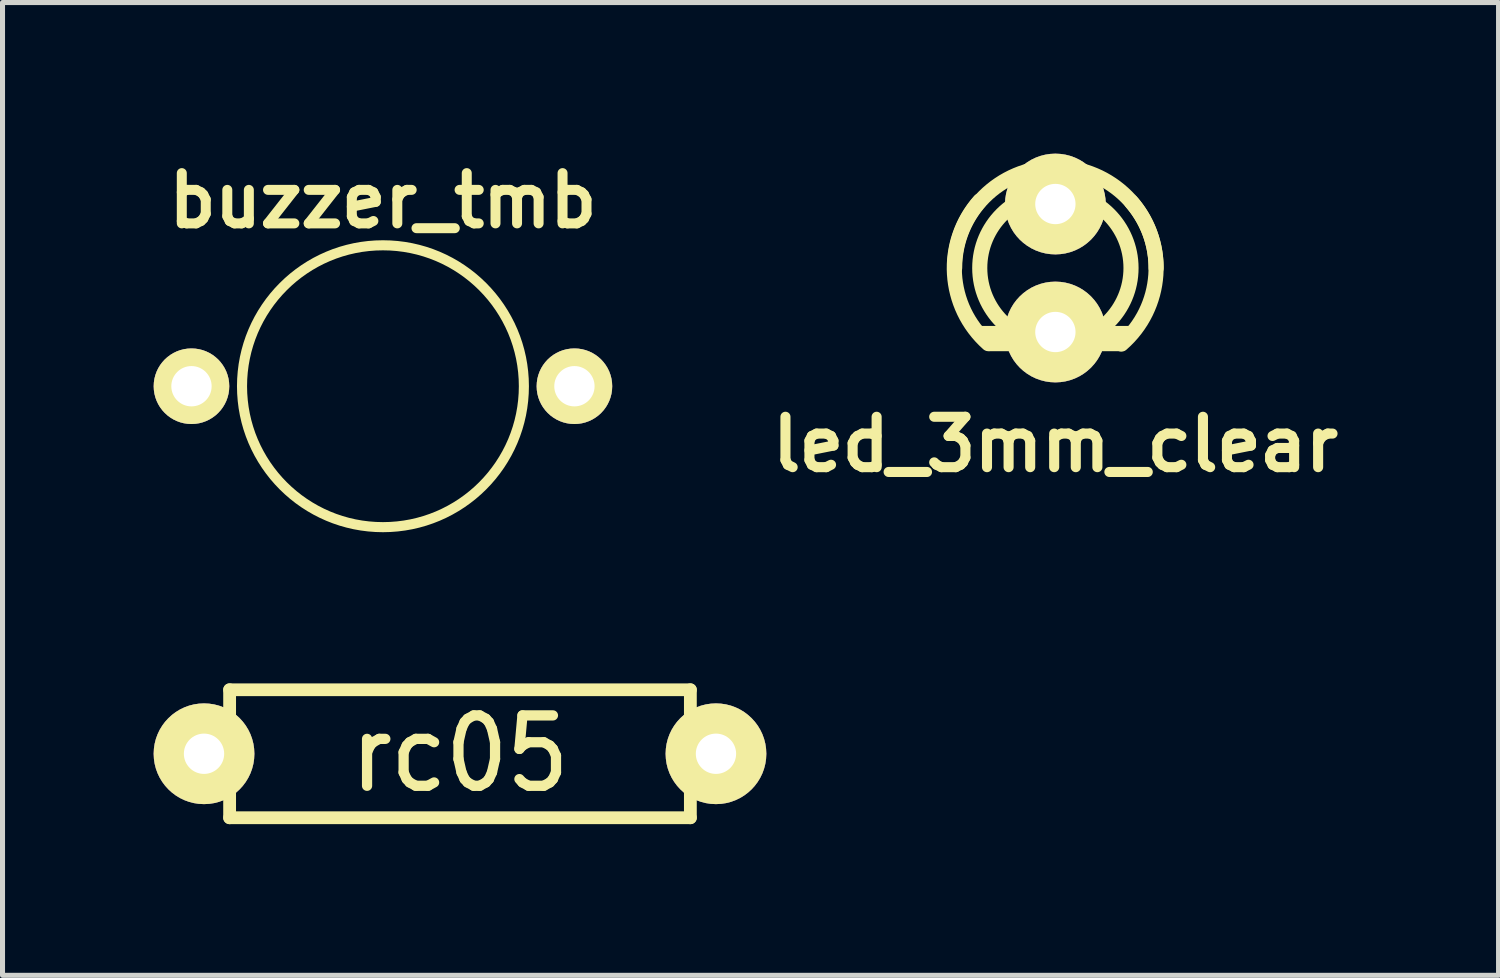
<source format=kicad_pcb>
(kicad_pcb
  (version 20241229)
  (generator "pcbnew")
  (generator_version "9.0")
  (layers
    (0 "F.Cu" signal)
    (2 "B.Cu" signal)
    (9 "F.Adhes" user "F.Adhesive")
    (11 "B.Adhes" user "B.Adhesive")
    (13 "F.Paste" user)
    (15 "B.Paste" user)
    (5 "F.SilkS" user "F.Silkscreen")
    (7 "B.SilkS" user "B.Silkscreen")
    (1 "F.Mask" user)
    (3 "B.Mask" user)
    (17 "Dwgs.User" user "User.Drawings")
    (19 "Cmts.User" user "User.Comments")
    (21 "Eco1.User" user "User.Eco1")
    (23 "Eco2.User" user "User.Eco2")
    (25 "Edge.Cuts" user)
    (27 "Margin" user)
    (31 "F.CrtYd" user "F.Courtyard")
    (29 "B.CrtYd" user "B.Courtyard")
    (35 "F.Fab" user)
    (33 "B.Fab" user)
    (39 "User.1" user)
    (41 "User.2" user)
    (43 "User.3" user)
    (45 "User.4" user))
  (footprint "buzzer_tmb"
    (layer "F.Cu")
    (at 4.55 4.615)
    (property "Reference" "buzzer_tmb" (at 0 -3.683 0) (layer "F.SilkS") (effects (font (size 0.998 0.998) (thickness 0.198))))
    (attr through_hole)
    (fp_circle (center 0 0) (end 2.794 -0.127) (stroke (width 0.2) (type solid)) (fill no) (layer "F.SilkS"))
    (pad "1" thru_hole circle (at 3.8 0) (size 1.5 1.5) (drill 0.8) (layers "*.Cu" "*.Mask" "F.SilkS"))
    (pad "2" thru_hole circle (at -3.8 0) (size 1.5 1.5) (drill 0.8) (layers "*.Cu" "*.Mask" "F.SilkS")))
  (footprint "rc05"
    (layer "F.Cu")
    (at 6.079 11.909)
    (property "Reference" "rc05" (at 0 0 0) (layer "F.SilkS") (effects (font (size 1.397 1.27) (thickness 0.203))))
    (attr through_hole)
    (fp_line (start -5.08 0) (end -4.572 0) (stroke (width 0.305) (type solid)) (layer "F.SilkS"))
    (fp_line (start -4.572 -1.27) (end 4.572 -1.27) (stroke (width 0.254) (type solid)) (layer "F.SilkS"))
    (fp_line (start -4.572 1.27) (end -4.572 -1.27) (stroke (width 0.254) (type solid)) (layer "F.SilkS"))
    (fp_line (start 4.572 -1.27) (end 4.572 1.27) (stroke (width 0.254) (type solid)) (layer "F.SilkS"))
    (fp_line (start 4.572 1.27) (end -4.572 1.27) (stroke (width 0.254) (type solid)) (layer "F.SilkS"))
    (fp_line (start 5.08 0) (end 4.572 0) (stroke (width 0.305) (type solid)) (layer "F.SilkS"))
    (pad "1" thru_hole circle (at -5.08 0) (size 1.999 1.999) (drill 0.8) (layers "*.Cu" "*.Mask" "F.SilkS"))
    (pad "2" thru_hole circle (at 5.08 0) (size 1.999 1.999) (drill 0.8) (layers "*.Cu" "*.Mask" "F.SilkS")))
  (footprint "led_3mm_clear"
    (layer "F.Cu")
    (at 17.895 2.269)
    (property "Reference" "led_3mm_clear" (at 0 3.5 0) (layer "F.SilkS") (effects (font (size 1 1) (thickness 0.2))))
    (attr through_hole)
    (fp_line (start -1.501 1.3) (end 1.501 1.3) (stroke (width 0.3) (type solid)) (layer "F.SilkS"))
    (fp_line (start -1.3 1.501) (end 1.3 1.501) (stroke (width 0.3) (type solid)) (layer "F.SilkS"))
    (fp_arc (start -1.99898 0) (mid -1.413492 -1.413492) (end 0 -1.99898) (stroke (width 0.29972) (type solid)) (layer "F.SilkS"))
    (fp_arc (start -1.33096 1.50114) (mid -2.002597 0.120335) (end -1.50114 -1.33096) (stroke (width 0.29972) (type solid)) (layer "F.SilkS"))
    (fp_arc (start 0 -1.99898) (mid 1.413492 -1.413492) (end 1.99898 0) (stroke (width 0.29972) (type solid)) (layer "F.SilkS"))
    (fp_arc (start 1.50876 -1.31064) (mid 1.993617 0.140092) (end 1.31064 1.50876) (stroke (width 0.29972) (type solid)) (layer "F.SilkS"))
    (fp_circle (center 0 0) (end -1.501 0) (stroke (width 0.3) (type solid)) (fill no) (layer "F.SilkS"))
    (pad "1" thru_hole circle (at 0 1.27) (size 1.999 1.999) (drill 0.8) (layers "*.Cu" "*.Mask" "F.SilkS"))
    (pad "2" thru_hole circle (at 0 -1.27) (size 1.999 1.999) (drill 0.8) (layers "*.Cu" "*.Mask" "F.SilkS")))
  (gr_rect
    (start -3 -3)
    (end 26.69 16.306)
    (stroke (width 0.1) (type default))
    (fill no)
    (layer "Edge.Cuts")))
</source>
